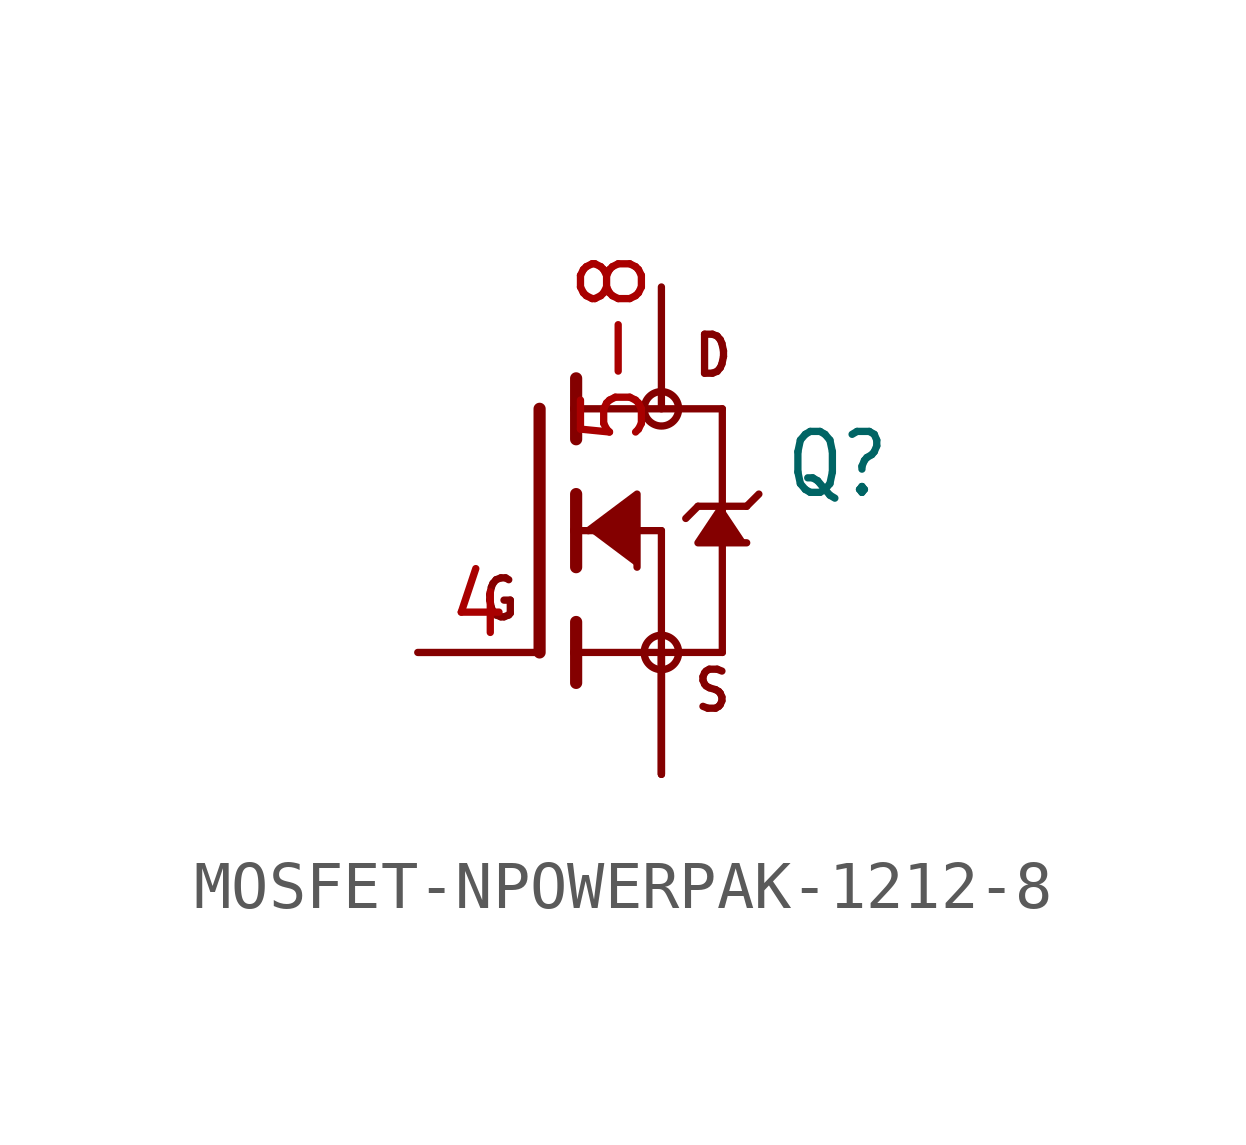
<source format=kicad_sym>
(kicad_symbol_lib
  (version 20231120)
  (generator "kicad_symbol_editor")
  (generator_version "8.0")
  (symbol "MOSFET-NPOWERPAK-1212-8"
    (property "Reference" "Q"
      (at 5.08 0.635 0)
      (effects (font (size 1.27 1.079)) (justify left bottom)))
    (property "Value" ""
      (at 5.08 -1.27 0)
      (effects (font (size 1.27 1.079)) (justify left bottom)))
    (property "ki_locked" ""
      (at 0 0 0)
      (effects (font (size 1.27 1.27))))
    (symbol "MOSFET-NPOWERPAK-1212-8_1_0"
      (polyline (pts (xy 0 2.54) (xy 0 -2.54)) (stroke (width 0.254) (type solid)) (fill (type none)))
      (polyline (pts (xy 0.762 -2.54) (xy 0.762 -3.175)) (stroke (width 0.254) (type solid)) (fill (type none)))
      (polyline (pts (xy 0.762 -1.905) (xy 0.762 -2.54)) (stroke (width 0.254) (type solid)) (fill (type none)))
      (polyline (pts (xy 0.762 0) (xy 0.762 -0.762)) (stroke (width 0.254) (type solid)) (fill (type none)))
      (polyline (pts (xy 0.762 0) (xy 2.54 0)) (stroke (width 0.152) (type solid)) (fill (type none)))
      (polyline (pts (xy 0.762 0.762) (xy 0.762 0)) (stroke (width 0.254) (type solid)) (fill (type none)))
      (polyline (pts (xy 0.762 2.54) (xy 0.762 1.905)) (stroke (width 0.254) (type solid)) (fill (type none)))
      (polyline (pts (xy 0.762 2.54) (xy 3.81 2.54)) (stroke (width 0.152) (type solid)) (fill (type none)))
      (polyline (pts (xy 0.762 3.175) (xy 0.762 2.54)) (stroke (width 0.254) (type solid)) (fill (type none)))
      (polyline (pts (xy 2.54 -2.54) (xy 0.762 -2.54)) (stroke (width 0.152) (type solid)) (fill (type none)))
      (polyline (pts (xy 2.54 -2.54) (xy 3.81 -2.54)) (stroke (width 0.152) (type solid)) (fill (type none)))
      (polyline (pts (xy 2.54 0) (xy 2.54 -2.54)) (stroke (width 0.152) (type solid)) (fill (type none)))
      (polyline (pts (xy 3.302 0.508) (xy 3.048 0.254)) (stroke (width 0.152) (type solid)) (fill (type none)))
      (polyline (pts (xy 3.81 0.508) (xy 3.302 0.508)) (stroke (width 0.152) (type solid)) (fill (type none)))
      (polyline (pts (xy 3.81 0.508) (xy 3.81 -2.54)) (stroke (width 0.152) (type solid)) (fill (type none)))
      (polyline (pts (xy 3.81 2.54) (xy 3.81 0.508)) (stroke (width 0.152) (type solid)) (fill (type none)))
      (polyline (pts (xy 4.318 0.508) (xy 3.81 0.508)) (stroke (width 0.152) (type solid)) (fill (type none)))
      (polyline (pts (xy 4.572 0.762) (xy 4.318 0.508)) (stroke (width 0.152) (type solid)) (fill (type none)))
      (polyline (pts (xy 1.016 0) (xy 2.032 0.762) (xy 2.032 -0.762)) (stroke (width 0.152) (type solid)) (fill (type outline)))
      (polyline (pts (xy 3.81 0.508) (xy 3.302 -0.254) (xy 4.318 -0.254)) (stroke (width 0.152) (type solid)) (fill (type outline)))
      (circle (center 2.54 -2.54) (radius 0.359) (stroke (width 0) (type solid)) (fill (type none)))
      (circle (center 2.54 2.54) (radius 0.359) (stroke (width 0) (type solid)) (fill (type none)))
      (text "D" (at 3.175 3.175 0) (effects (font (size 0.813 0.691)) (justify left bottom)))
      (text "G" (at -1.27 -1.905 0) (effects (font (size 0.813 0.691)) (justify left bottom)))
      (text "S" (at 3.175 -3.81 0) (effects (font (size 0.813 0.691)) (justify left bottom)))
      (pin bidirectional line (at 2.54 -5.08 90) (length 2.54) (name "S" (effects (font (size 0 0)))) (number "1" (effects (font (size 0 0)))))
      (pin bidirectional line (at 2.54 -5.08 90) (length 2.54) (name "S" (effects (font (size 0 0)))) (number "2" (effects (font (size 0 0)))))
      (pin bidirectional line (at 2.54 -5.08 90) (length 2.54) (name "S" (effects (font (size 0 0)))) (number "3" (effects (font (size 0 0)))))
      (pin bidirectional line (at -2.54 -2.54 0) (length 2.54) (name "G" (effects (font (size 0 0)))) (number "4" (effects (font (size 1.27 1.27)))))
      (pin bidirectional line (at 2.54 5.08 270) (length 2.54) (name "D" (effects (font (size 0 0)))) (number "5-8" (effects (font (size 1.27 1.27))))))))
</source>
